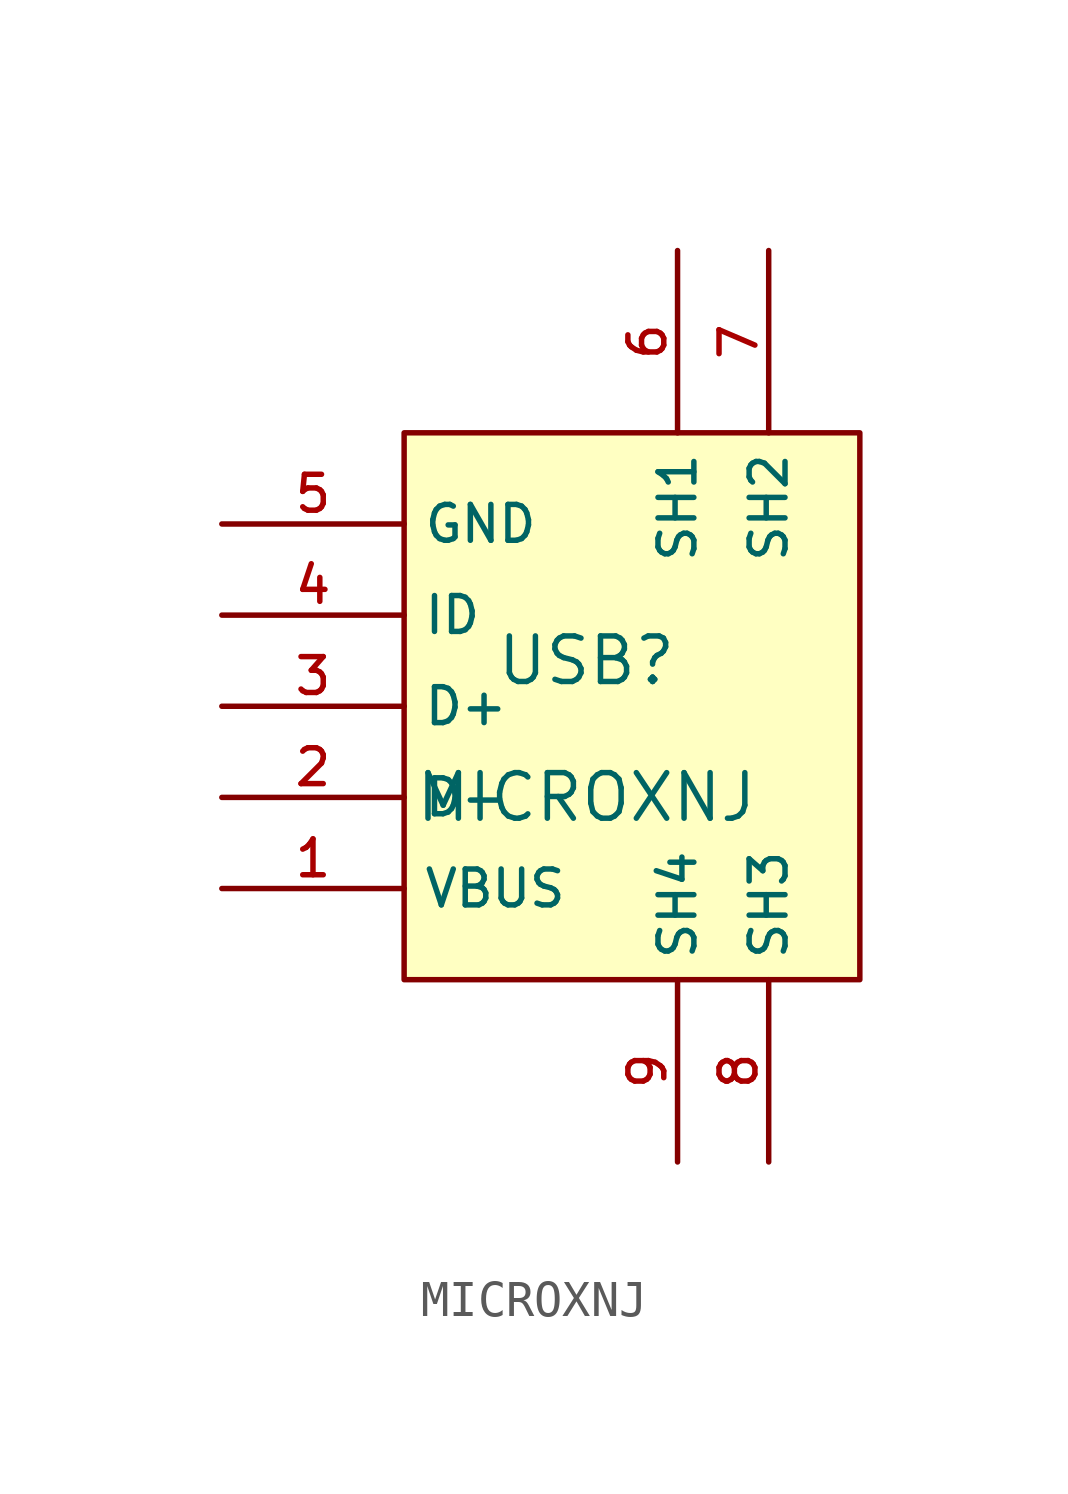
<source format=kicad_sym>
(kicad_symbol_lib
  (version 20210201)
  (generator TousstNicolas/JLC2KiCad_lib)
  (symbol "MICROXNJ"
    (property "Reference" "USB"
      (at 0 1.27 0)
      (effects (font (size 1.27 1.27))))
    (property "Value" "MICROXNJ"
      (at 0 -2.54 0)
      (effects (font (size 1.27 1.27))))
    (symbol "MICROXNJ_0_1"
      (pin unspecified line (at 2.54 -12.7 90) (length 5.08) (name "SH4" (effects (font (size 1 1)))) (number "9" (effects (font (size 1 1)))))
      (pin unspecified line (at 5.08 -12.7 90) (length 5.08) (name "SH3" (effects (font (size 1 1)))) (number "8" (effects (font (size 1 1)))))
      (pin unspecified line (at 5.08 12.7 270) (length 5.08) (name "SH2" (effects (font (size 1 1)))) (number "7" (effects (font (size 1 1)))))
      (pin unspecified line (at 2.54 12.7 270) (length 5.08) (name "SH1" (effects (font (size 1 1)))) (number "6" (effects (font (size 1 1)))))
      (pin unspecified line (at -10.16 5.08 0) (length 5.08) (name "GND" (effects (font (size 1 1)))) (number "5" (effects (font (size 1 1)))))
      (pin unspecified line (at -10.16 2.54 0) (length 5.08) (name "ID" (effects (font (size 1 1)))) (number "4" (effects (font (size 1 1)))))
      (pin unspecified line (at -10.16 -0.0 0) (length 5.08) (name "D+" (effects (font (size 1 1)))) (number "3" (effects (font (size 1 1)))))
      (pin unspecified line (at -10.16 -2.54 0) (length 5.08) (name "D-" (effects (font (size 1 1)))) (number "2" (effects (font (size 1 1)))))
      (pin unspecified line (at -10.16 -5.08 0) (length 5.08) (name "VBUS" (effects (font (size 1 1)))) (number "1" (effects (font (size 1 1)))))
      (rectangle (start -5.08 7.62) (end 7.62 -7.62) (stroke (width 0) (type default) (color 0 0 0 0)) (fill (type background))))))
</source>
